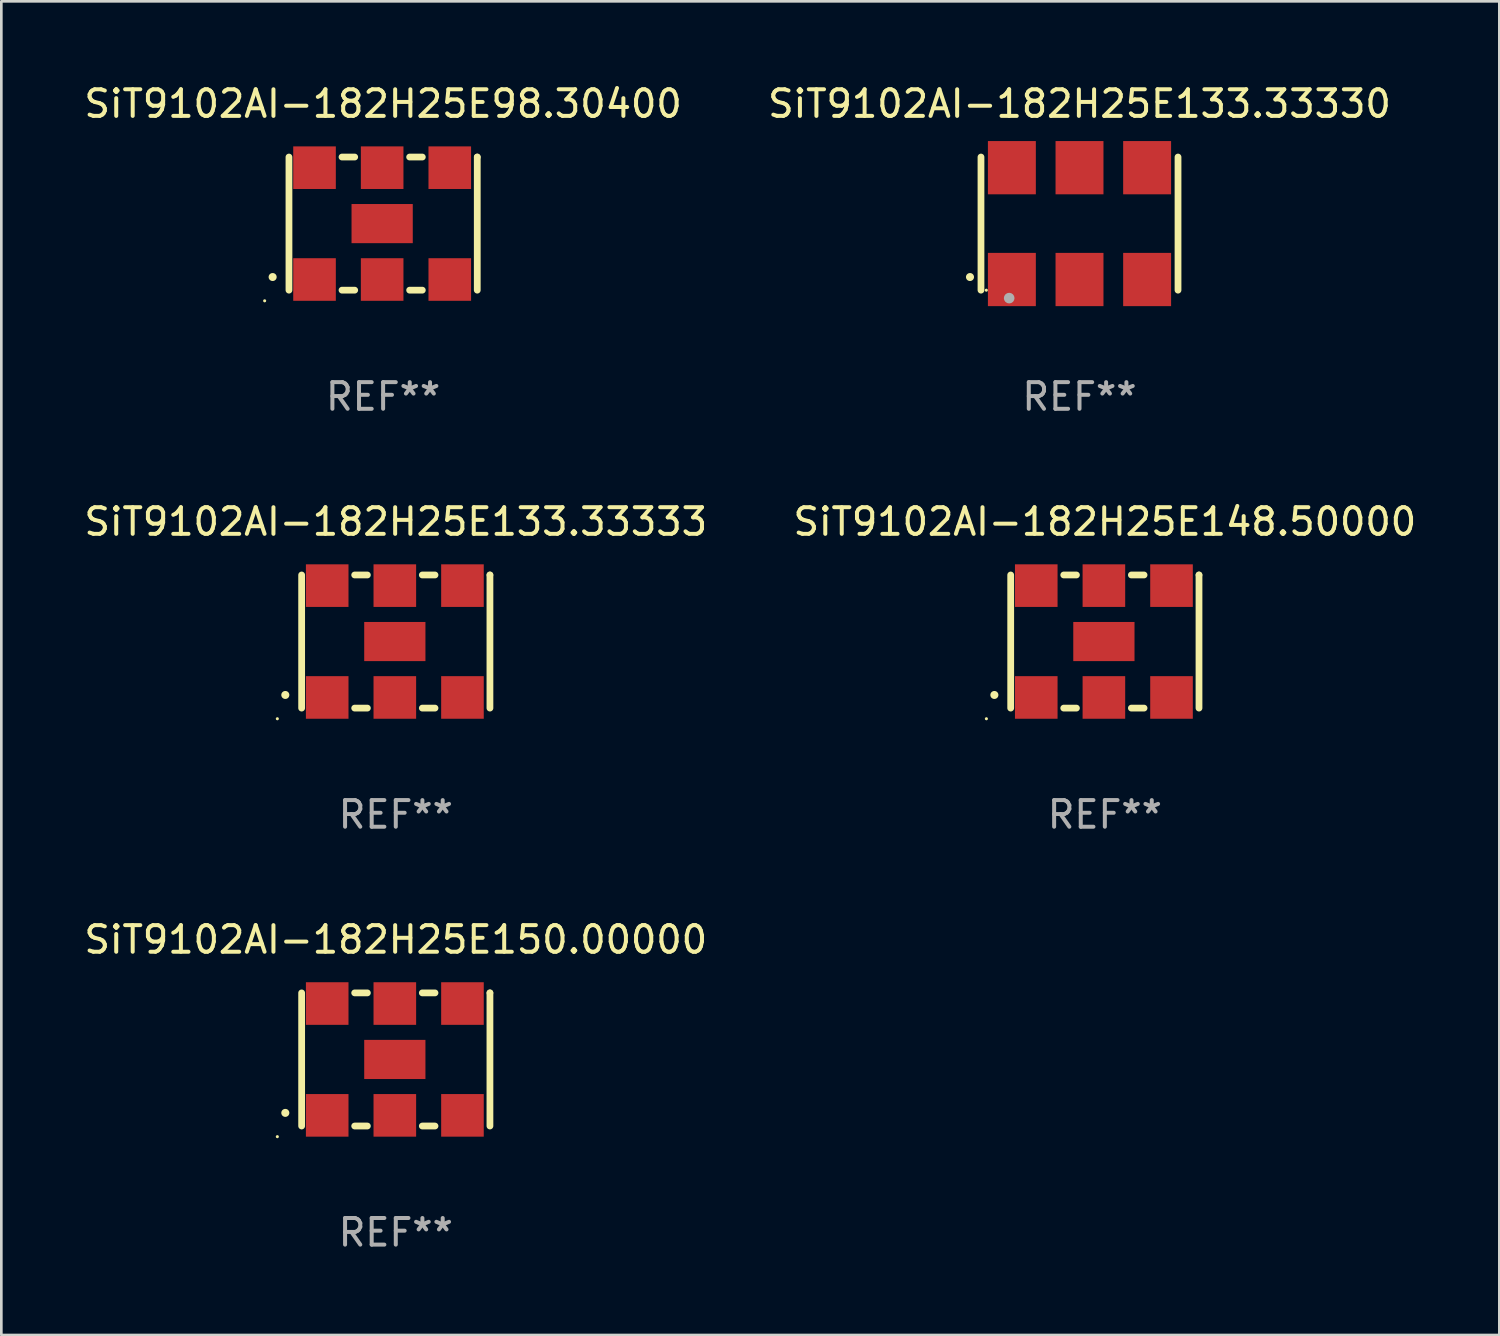
<source format=kicad_pcb>
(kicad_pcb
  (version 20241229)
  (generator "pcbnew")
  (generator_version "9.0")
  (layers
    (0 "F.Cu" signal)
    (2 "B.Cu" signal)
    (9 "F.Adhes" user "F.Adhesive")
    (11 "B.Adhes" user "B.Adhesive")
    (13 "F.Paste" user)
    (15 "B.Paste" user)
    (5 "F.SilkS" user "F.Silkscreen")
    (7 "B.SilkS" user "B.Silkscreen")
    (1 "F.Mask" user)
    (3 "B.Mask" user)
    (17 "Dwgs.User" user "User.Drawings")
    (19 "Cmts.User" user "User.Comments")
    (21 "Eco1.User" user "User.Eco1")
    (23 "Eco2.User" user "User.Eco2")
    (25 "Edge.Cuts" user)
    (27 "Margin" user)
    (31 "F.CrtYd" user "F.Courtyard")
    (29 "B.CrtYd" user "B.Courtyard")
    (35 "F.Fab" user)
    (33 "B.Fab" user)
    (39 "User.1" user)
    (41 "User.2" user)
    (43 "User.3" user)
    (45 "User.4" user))
  (footprint "SiT9102AI-182H25E133.33333"
    (layer "F.Cu")
    (at 11.815 21.045)
    (property "Reference" "SiT9102AI-182H25E133.33333" (at 0 -4.5 0) (layer "F.SilkS") (effects (font (size 1 1) (thickness 0.15))))
    (attr through_hole)
    (fp_line (start -3.536 -2.5) (end -3.536 2.5) (stroke (width 0.254) (type solid)) (layer "F.SilkS"))
    (fp_line (start -1.544 2.5) (end -1.067 2.5) (stroke (width 0.254) (type solid)) (layer "F.SilkS"))
    (fp_line (start -1.067 -2.5) (end -1.544 -2.5) (stroke (width 0.254) (type solid)) (layer "F.SilkS"))
    (fp_line (start 0.996 2.5) (end 1.473 2.5) (stroke (width 0.254) (type solid)) (layer "F.SilkS"))
    (fp_line (start 1.473 -2.5) (end 0.996 -2.5) (stroke (width 0.254) (type solid)) (layer "F.SilkS"))
    (fp_line (start 3.536 -2.5) (end 3.536 -2.5) (stroke (width 0.254) (type solid)) (layer "F.SilkS"))
    (fp_line (start 3.536 2.5) (end 3.536 -2.5) (stroke (width 0.254) (type solid)) (layer "F.SilkS"))
    (fp_arc (start -4.150432 2.006604) (mid -4.149162 2.006599) (end -4.147892 2.006604) (stroke (width 0.3) (type solid)) (layer "F.SilkS"))
    (fp_circle (center -4.449 2.9) (end -4.419 2.9) (stroke (width 0.06) (type solid)) (fill no) (layer "F.SilkS"))
    (fp_text user "REF**" (at 0 6.5 0) (layer "F.Fab") (effects (font (size 1 1) (thickness 0.15))))
    (pad "1" smd rect (at -2.576 2.1) (size 1.6 1.6) (layers "F.Cu" "F.Mask" "F.Paste"))
    (pad "2" smd rect (at -0.036 2.1) (size 1.6 1.6) (layers "F.Cu" "F.Mask" "F.Paste"))
    (pad "3" smd rect (at 2.504 2.1) (size 1.6 1.6) (layers "F.Cu" "F.Mask" "F.Paste"))
    (pad "4" smd rect (at 2.504 -2.1) (size 1.6 1.6) (layers "F.Cu" "F.Mask" "F.Paste"))
    (pad "5" smd rect (at -0.036 -2.1) (size 1.6 1.6) (layers "F.Cu" "F.Mask" "F.Paste"))
    (pad "6" smd rect (at -2.576 -2.1) (size 1.6 1.6) (layers "F.Cu" "F.Mask" "F.Paste"))
    (pad "7" smd rect (at -0.036 0) (size 2.3 1.47) (layers "F.Cu" "F.Mask" "F.Paste")))
  (footprint "SiT9102AI-182H25E133.33330"
    (layer "F.Cu")
    (at 37.494 5.348)
    (property "Reference" "SiT9102AI-182H25E133.33330" (at 0 -4.5 0) (layer "F.SilkS") (effects (font (size 1 1) (thickness 0.15))))
    (attr through_hole)
    (fp_line (start -3.7 -2.5) (end -3.7 2.5) (stroke (width 0.254) (type solid)) (layer "F.SilkS"))
    (fp_line (start 3.7 -2.5) (end 3.7 2.5) (stroke (width 0.254) (type solid)) (layer "F.SilkS"))
    (fp_arc (start -4.114415 2.006604) (mid -4.113145 2.006599) (end -4.111875 2.006604) (stroke (width 0.3) (type solid)) (layer "F.SilkS"))
    (fp_circle (center -3.5 2.501) (end -3.47 2.501) (stroke (width 0.06) (type solid)) (fill no) (layer "F.SilkS"))
    (fp_circle (center -2.641 2.799) (end -2.541 2.799) (stroke (width 0.2) (type solid)) (fill no) (layer "F.Fab"))
    (fp_text user "REF**" (at 0 6.5 0) (layer "F.Fab") (effects (font (size 1 1) (thickness 0.15))))
    (pad "1" smd rect (at -2.54 2.1) (size 1.8 2) (layers "F.Cu" "F.Mask" "F.Paste"))
    (pad "2" smd rect (at 0.000394 2.1) (size 1.8 2) (layers "F.Cu" "F.Mask" "F.Paste"))
    (pad "3" smd rect (at 2.54 2.1) (size 1.8 2) (layers "F.Cu" "F.Mask" "F.Paste"))
    (pad "4" smd rect (at 2.54 -2.1) (size 1.8 2) (layers "F.Cu" "F.Mask" "F.Paste"))
    (pad "5" smd rect (at 0.000394 -2.1) (size 1.8 2) (layers "F.Cu" "F.Mask" "F.Paste"))
    (pad "6" smd rect (at -2.54 -2.1) (size 1.8 2) (layers "F.Cu" "F.Mask" "F.Paste")))
  (footprint "SiT9102AI-182H25E98.30400"
    (layer "F.Cu")
    (at 11.339 5.348)
    (property "Reference" "SiT9102AI-182H25E98.30400" (at 0 -4.5 0) (layer "F.SilkS") (effects (font (size 1 1) (thickness 0.15))))
    (attr through_hole)
    (fp_line (start -3.536 -2.5) (end -3.536 2.5) (stroke (width 0.254) (type solid)) (layer "F.SilkS"))
    (fp_line (start -1.544 2.5) (end -1.067 2.5) (stroke (width 0.254) (type solid)) (layer "F.SilkS"))
    (fp_line (start -1.067 -2.5) (end -1.544 -2.5) (stroke (width 0.254) (type solid)) (layer "F.SilkS"))
    (fp_line (start 0.996 2.5) (end 1.473 2.5) (stroke (width 0.254) (type solid)) (layer "F.SilkS"))
    (fp_line (start 1.473 -2.5) (end 0.996 -2.5) (stroke (width 0.254) (type solid)) (layer "F.SilkS"))
    (fp_line (start 3.536 -2.5) (end 3.536 -2.5) (stroke (width 0.254) (type solid)) (layer "F.SilkS"))
    (fp_line (start 3.536 2.5) (end 3.536 -2.5) (stroke (width 0.254) (type solid)) (layer "F.SilkS"))
    (fp_arc (start -4.150432 2.006604) (mid -4.149162 2.006599) (end -4.147892 2.006604) (stroke (width 0.3) (type solid)) (layer "F.SilkS"))
    (fp_circle (center -4.449 2.9) (end -4.419 2.9) (stroke (width 0.06) (type solid)) (fill no) (layer "F.SilkS"))
    (fp_text user "REF**" (at 0 6.5 0) (layer "F.Fab") (effects (font (size 1 1) (thickness 0.15))))
    (pad "1" smd rect (at -2.576 2.1) (size 1.6 1.6) (layers "F.Cu" "F.Mask" "F.Paste"))
    (pad "2" smd rect (at -0.036 2.1) (size 1.6 1.6) (layers "F.Cu" "F.Mask" "F.Paste"))
    (pad "3" smd rect (at 2.504 2.1) (size 1.6 1.6) (layers "F.Cu" "F.Mask" "F.Paste"))
    (pad "4" smd rect (at 2.504 -2.1) (size 1.6 1.6) (layers "F.Cu" "F.Mask" "F.Paste"))
    (pad "5" smd rect (at -0.036 -2.1) (size 1.6 1.6) (layers "F.Cu" "F.Mask" "F.Paste"))
    (pad "6" smd rect (at -2.576 -2.1) (size 1.6 1.6) (layers "F.Cu" "F.Mask" "F.Paste"))
    (pad "7" smd rect (at -0.036 0) (size 2.3 1.47) (layers "F.Cu" "F.Mask" "F.Paste")))
  (footprint "SiT9102AI-182H25E150.00000"
    (layer "F.Cu")
    (at 11.815 36.741)
    (property "Reference" "SiT9102AI-182H25E150.00000" (at 0 -4.5 0) (layer "F.SilkS") (effects (font (size 1 1) (thickness 0.15))))
    (attr through_hole)
    (fp_line (start -3.536 -2.5) (end -3.536 2.5) (stroke (width 0.254) (type solid)) (layer "F.SilkS"))
    (fp_line (start -1.544 2.5) (end -1.067 2.5) (stroke (width 0.254) (type solid)) (layer "F.SilkS"))
    (fp_line (start -1.067 -2.5) (end -1.544 -2.5) (stroke (width 0.254) (type solid)) (layer "F.SilkS"))
    (fp_line (start 0.996 2.5) (end 1.473 2.5) (stroke (width 0.254) (type solid)) (layer "F.SilkS"))
    (fp_line (start 1.473 -2.5) (end 0.996 -2.5) (stroke (width 0.254) (type solid)) (layer "F.SilkS"))
    (fp_line (start 3.536 -2.5) (end 3.536 -2.5) (stroke (width 0.254) (type solid)) (layer "F.SilkS"))
    (fp_line (start 3.536 2.5) (end 3.536 -2.5) (stroke (width 0.254) (type solid)) (layer "F.SilkS"))
    (fp_arc (start -4.150432 2.006604) (mid -4.149162 2.006599) (end -4.147892 2.006604) (stroke (width 0.3) (type solid)) (layer "F.SilkS"))
    (fp_circle (center -4.449 2.9) (end -4.419 2.9) (stroke (width 0.06) (type solid)) (fill no) (layer "F.SilkS"))
    (fp_text user "REF**" (at 0 6.5 0) (layer "F.Fab") (effects (font (size 1 1) (thickness 0.15))))
    (pad "1" smd rect (at -2.576 2.1) (size 1.6 1.6) (layers "F.Cu" "F.Mask" "F.Paste"))
    (pad "2" smd rect (at -0.036 2.1) (size 1.6 1.6) (layers "F.Cu" "F.Mask" "F.Paste"))
    (pad "3" smd rect (at 2.504 2.1) (size 1.6 1.6) (layers "F.Cu" "F.Mask" "F.Paste"))
    (pad "4" smd rect (at 2.504 -2.1) (size 1.6 1.6) (layers "F.Cu" "F.Mask" "F.Paste"))
    (pad "5" smd rect (at -0.036 -2.1) (size 1.6 1.6) (layers "F.Cu" "F.Mask" "F.Paste"))
    (pad "6" smd rect (at -2.576 -2.1) (size 1.6 1.6) (layers "F.Cu" "F.Mask" "F.Paste"))
    (pad "7" smd rect (at -0.036 0) (size 2.3 1.47) (layers "F.Cu" "F.Mask" "F.Paste")))
  (footprint "SiT9102AI-182H25E148.50000"
    (layer "F.Cu")
    (at 38.446 21.045)
    (property "Reference" "SiT9102AI-182H25E148.50000" (at 0 -4.5 0) (layer "F.SilkS") (effects (font (size 1 1) (thickness 0.15))))
    (attr through_hole)
    (fp_line (start -3.536 -2.5) (end -3.536 2.5) (stroke (width 0.254) (type solid)) (layer "F.SilkS"))
    (fp_line (start -1.544 2.5) (end -1.067 2.5) (stroke (width 0.254) (type solid)) (layer "F.SilkS"))
    (fp_line (start -1.067 -2.5) (end -1.544 -2.5) (stroke (width 0.254) (type solid)) (layer "F.SilkS"))
    (fp_line (start 0.996 2.5) (end 1.473 2.5) (stroke (width 0.254) (type solid)) (layer "F.SilkS"))
    (fp_line (start 1.473 -2.5) (end 0.996 -2.5) (stroke (width 0.254) (type solid)) (layer "F.SilkS"))
    (fp_line (start 3.536 -2.5) (end 3.536 -2.5) (stroke (width 0.254) (type solid)) (layer "F.SilkS"))
    (fp_line (start 3.536 2.5) (end 3.536 -2.5) (stroke (width 0.254) (type solid)) (layer "F.SilkS"))
    (fp_arc (start -4.150432 2.006604) (mid -4.149162 2.006599) (end -4.147892 2.006604) (stroke (width 0.3) (type solid)) (layer "F.SilkS"))
    (fp_circle (center -4.449 2.9) (end -4.419 2.9) (stroke (width 0.06) (type solid)) (fill no) (layer "F.SilkS"))
    (fp_text user "REF**" (at 0 6.5 0) (layer "F.Fab") (effects (font (size 1 1) (thickness 0.15))))
    (pad "1" smd rect (at -2.576 2.1) (size 1.6 1.6) (layers "F.Cu" "F.Mask" "F.Paste"))
    (pad "2" smd rect (at -0.036 2.1) (size 1.6 1.6) (layers "F.Cu" "F.Mask" "F.Paste"))
    (pad "3" smd rect (at 2.504 2.1) (size 1.6 1.6) (layers "F.Cu" "F.Mask" "F.Paste"))
    (pad "4" smd rect (at 2.504 -2.1) (size 1.6 1.6) (layers "F.Cu" "F.Mask" "F.Paste"))
    (pad "5" smd rect (at -0.036 -2.1) (size 1.6 1.6) (layers "F.Cu" "F.Mask" "F.Paste"))
    (pad "6" smd rect (at -2.576 -2.1) (size 1.6 1.6) (layers "F.Cu" "F.Mask" "F.Paste"))
    (pad "7" smd rect (at -0.036 0) (size 2.3 1.47) (layers "F.Cu" "F.Mask" "F.Paste")))
  (gr_rect
    (start -3 -3)
    (end 53.262 47.09)
    (stroke (width 0.1) (type default))
    (fill no)
    (layer "Edge.Cuts")))
</source>
